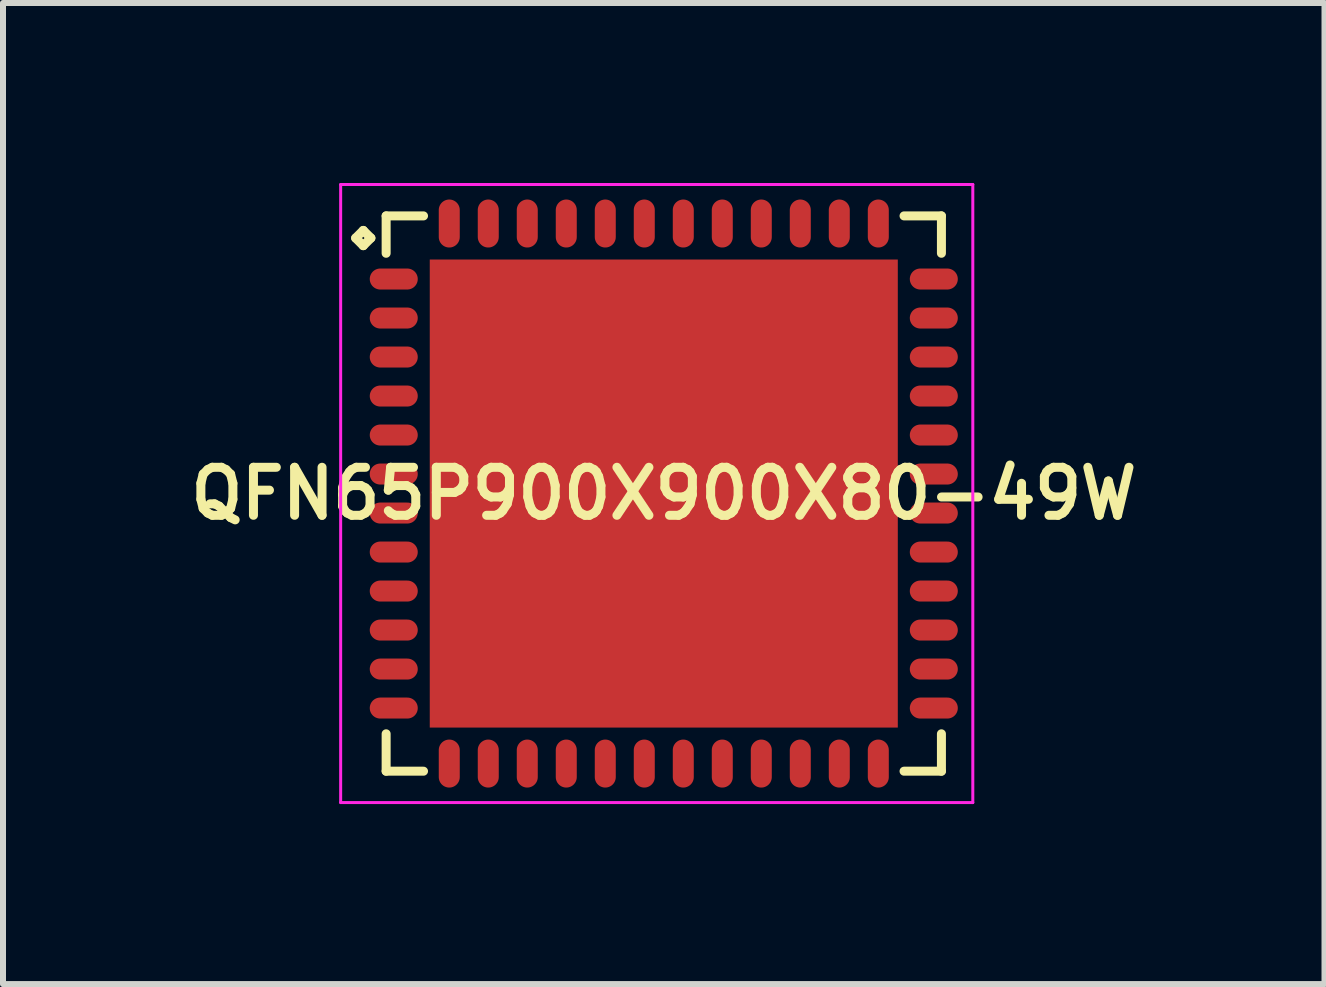
<source format=kicad_pcb>
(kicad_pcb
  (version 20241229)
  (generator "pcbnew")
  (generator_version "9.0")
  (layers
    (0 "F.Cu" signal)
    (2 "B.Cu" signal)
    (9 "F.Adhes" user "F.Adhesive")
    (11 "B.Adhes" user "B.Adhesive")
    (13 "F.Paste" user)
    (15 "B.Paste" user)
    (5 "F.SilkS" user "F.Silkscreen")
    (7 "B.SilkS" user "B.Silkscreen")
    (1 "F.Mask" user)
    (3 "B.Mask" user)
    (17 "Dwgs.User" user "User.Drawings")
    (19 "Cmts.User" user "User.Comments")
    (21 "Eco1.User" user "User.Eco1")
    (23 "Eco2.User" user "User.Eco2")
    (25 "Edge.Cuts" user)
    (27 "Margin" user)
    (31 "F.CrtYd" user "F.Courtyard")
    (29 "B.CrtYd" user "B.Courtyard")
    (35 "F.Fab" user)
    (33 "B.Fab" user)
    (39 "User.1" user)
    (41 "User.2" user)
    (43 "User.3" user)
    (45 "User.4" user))
  (footprint "QFN65P900X900X80-49W"
    (layer "F.Cu")
    (at 8.012 5.175)
    (property "Reference" "QFN65P900X900X80-49W" (at 0 0 0) (layer "F.SilkS") (effects (font (size 0.8 0.8) (thickness 0.15))))
    (attr smd)
    (fp_line (start -5.135 -4.258) (end -5.008 -4.385) (stroke (width 0.15) (type solid)) (layer "F.SilkS"))
    (fp_line (start -5.008 -4.385) (end -4.881 -4.258) (stroke (width 0.15) (type solid)) (layer "F.SilkS"))
    (fp_line (start -5.008 -4.131) (end -5.135 -4.258) (stroke (width 0.15) (type solid)) (layer "F.SilkS"))
    (fp_line (start -4.881 -4.258) (end -5.008 -4.131) (stroke (width 0.15) (type solid)) (layer "F.SilkS"))
    (fp_line (start -4.627 -4.627) (end -4.004 -4.627) (stroke (width 0.15) (type solid)) (layer "F.SilkS"))
    (fp_line (start -4.627 -4.004) (end -4.627 -4.627) (stroke (width 0.15) (type solid)) (layer "F.SilkS"))
    (fp_line (start -4.627 4.004) (end -4.627 4.627) (stroke (width 0.15) (type solid)) (layer "F.SilkS"))
    (fp_line (start -4.627 4.627) (end -4.004 4.627) (stroke (width 0.15) (type solid)) (layer "F.SilkS"))
    (fp_line (start 4.004 -4.627) (end 4.627 -4.627) (stroke (width 0.15) (type solid)) (layer "F.SilkS"))
    (fp_line (start 4.004 4.627) (end 4.627 4.627) (stroke (width 0.15) (type solid)) (layer "F.SilkS"))
    (fp_line (start 4.627 -4.627) (end 4.627 -4.004) (stroke (width 0.15) (type solid)) (layer "F.SilkS"))
    (fp_line (start 4.627 4.627) (end 4.627 4.004) (stroke (width 0.15) (type solid)) (layer "F.SilkS"))
    (fp_line (start -5.385 -5.15) (end 5.15 -5.15) (stroke (width 0.05) (type solid)) (layer "F.CrtYd"))
    (fp_line (start -5.385 5.15) (end -5.385 -5.15) (stroke (width 0.05) (type solid)) (layer "F.CrtYd"))
    (fp_line (start 5.15 -5.15) (end 5.15 5.15) (stroke (width 0.05) (type solid)) (layer "F.CrtYd"))
    (fp_line (start 5.15 5.15) (end -5.385 5.15) (stroke (width 0.05) (type solid)) (layer "F.CrtYd"))
    (pad "1" smd oval (at -4.5 -3.575) (size 0.8 0.35) (layers "F.Cu" "F.Mask" "F.Paste"))
    (pad "2" smd oval (at -4.5 -2.925) (size 0.8 0.35) (layers "F.Cu" "F.Mask" "F.Paste"))
    (pad "3" smd oval (at -4.5 -2.275) (size 0.8 0.35) (layers "F.Cu" "F.Mask" "F.Paste"))
    (pad "4" smd oval (at -4.5 -1.625) (size 0.8 0.35) (layers "F.Cu" "F.Mask" "F.Paste"))
    (pad "5" smd oval (at -4.5 -0.975) (size 0.8 0.35) (layers "F.Cu" "F.Mask" "F.Paste"))
    (pad "6" smd oval (at -4.5 -0.325) (size 0.8 0.35) (layers "F.Cu" "F.Mask" "F.Paste"))
    (pad "7" smd oval (at -4.5 0.325) (size 0.8 0.35) (layers "F.Cu" "F.Mask" "F.Paste"))
    (pad "8" smd oval (at -4.5 0.975) (size 0.8 0.35) (layers "F.Cu" "F.Mask" "F.Paste"))
    (pad "9" smd oval (at -4.5 1.625) (size 0.8 0.35) (layers "F.Cu" "F.Mask" "F.Paste"))
    (pad "10" smd oval (at -4.5 2.275) (size 0.8 0.35) (layers "F.Cu" "F.Mask" "F.Paste"))
    (pad "11" smd oval (at -4.5 2.925) (size 0.8 0.35) (layers "F.Cu" "F.Mask" "F.Paste"))
    (pad "12" smd oval (at -4.5 3.575) (size 0.8 0.35) (layers "F.Cu" "F.Mask" "F.Paste"))
    (pad "13" smd oval (at -3.575 4.5) (size 0.35 0.8) (layers "F.Cu" "F.Mask" "F.Paste"))
    (pad "14" smd oval (at -2.925 4.5) (size 0.35 0.8) (layers "F.Cu" "F.Mask" "F.Paste"))
    (pad "15" smd oval (at -2.275 4.5) (size 0.35 0.8) (layers "F.Cu" "F.Mask" "F.Paste"))
    (pad "16" smd oval (at -1.625 4.5) (size 0.35 0.8) (layers "F.Cu" "F.Mask" "F.Paste"))
    (pad "17" smd oval (at -0.975 4.5) (size 0.35 0.8) (layers "F.Cu" "F.Mask" "F.Paste"))
    (pad "18" smd oval (at -0.325 4.5) (size 0.35 0.8) (layers "F.Cu" "F.Mask" "F.Paste"))
    (pad "19" smd oval (at 0.325 4.5) (size 0.35 0.8) (layers "F.Cu" "F.Mask" "F.Paste"))
    (pad "20" smd oval (at 0.975 4.5) (size 0.35 0.8) (layers "F.Cu" "F.Mask" "F.Paste"))
    (pad "21" smd oval (at 1.625 4.5) (size 0.35 0.8) (layers "F.Cu" "F.Mask" "F.Paste"))
    (pad "22" smd oval (at 2.275 4.5) (size 0.35 0.8) (layers "F.Cu" "F.Mask" "F.Paste"))
    (pad "23" smd oval (at 2.925 4.5) (size 0.35 0.8) (layers "F.Cu" "F.Mask" "F.Paste"))
    (pad "24" smd oval (at 3.575 4.5) (size 0.35 0.8) (layers "F.Cu" "F.Mask" "F.Paste"))
    (pad "25" smd oval (at 4.5 3.575) (size 0.8 0.35) (layers "F.Cu" "F.Mask" "F.Paste"))
    (pad "26" smd oval (at 4.5 2.925) (size 0.8 0.35) (layers "F.Cu" "F.Mask" "F.Paste"))
    (pad "27" smd oval (at 4.5 2.275) (size 0.8 0.35) (layers "F.Cu" "F.Mask" "F.Paste"))
    (pad "28" smd oval (at 4.5 1.625) (size 0.8 0.35) (layers "F.Cu" "F.Mask" "F.Paste"))
    (pad "29" smd oval (at 4.5 0.975) (size 0.8 0.35) (layers "F.Cu" "F.Mask" "F.Paste"))
    (pad "30" smd oval (at 4.5 0.325) (size 0.8 0.35) (layers "F.Cu" "F.Mask" "F.Paste"))
    (pad "31" smd oval (at 4.5 -0.325) (size 0.8 0.35) (layers "F.Cu" "F.Mask" "F.Paste"))
    (pad "32" smd oval (at 4.5 -0.975) (size 0.8 0.35) (layers "F.Cu" "F.Mask" "F.Paste"))
    (pad "33" smd oval (at 4.5 -1.625) (size 0.8 0.35) (layers "F.Cu" "F.Mask" "F.Paste"))
    (pad "34" smd oval (at 4.5 -2.275) (size 0.8 0.35) (layers "F.Cu" "F.Mask" "F.Paste"))
    (pad "35" smd oval (at 4.5 -2.925) (size 0.8 0.35) (layers "F.Cu" "F.Mask" "F.Paste"))
    (pad "36" smd oval (at 4.5 -3.575) (size 0.8 0.35) (layers "F.Cu" "F.Mask" "F.Paste"))
    (pad "37" smd oval (at 3.575 -4.5) (size 0.35 0.8) (layers "F.Cu" "F.Mask" "F.Paste"))
    (pad "38" smd oval (at 2.925 -4.5) (size 0.35 0.8) (layers "F.Cu" "F.Mask" "F.Paste"))
    (pad "39" smd oval (at 2.275 -4.5) (size 0.35 0.8) (layers "F.Cu" "F.Mask" "F.Paste"))
    (pad "40" smd oval (at 1.625 -4.5) (size 0.35 0.8) (layers "F.Cu" "F.Mask" "F.Paste"))
    (pad "41" smd oval (at 0.975 -4.5) (size 0.35 0.8) (layers "F.Cu" "F.Mask" "F.Paste"))
    (pad "42" smd oval (at 0.325 -4.5) (size 0.35 0.8) (layers "F.Cu" "F.Mask" "F.Paste"))
    (pad "43" smd oval (at -0.325 -4.5) (size 0.35 0.8) (layers "F.Cu" "F.Mask" "F.Paste"))
    (pad "44" smd oval (at -0.975 -4.5) (size 0.35 0.8) (layers "F.Cu" "F.Mask" "F.Paste"))
    (pad "45" smd oval (at -1.625 -4.5) (size 0.35 0.8) (layers "F.Cu" "F.Mask" "F.Paste"))
    (pad "46" smd oval (at -2.275 -4.5) (size 0.35 0.8) (layers "F.Cu" "F.Mask" "F.Paste"))
    (pad "47" smd oval (at -2.925 -4.5) (size 0.35 0.8) (layers "F.Cu" "F.Mask" "F.Paste"))
    (pad "48" smd oval (at -3.575 -4.5) (size 0.35 0.8) (layers "F.Cu" "F.Mask" "F.Paste"))
    (pad "49" smd rect (at 0 0) (size 7.8 7.8) (layers "F.Cu" "F.Mask" "F.Paste")))
  (gr_rect
    (start -3 -3)
    (end 19.023 13.35)
    (stroke (width 0.1) (type default))
    (fill no)
    (layer "Edge.Cuts")))
</source>
